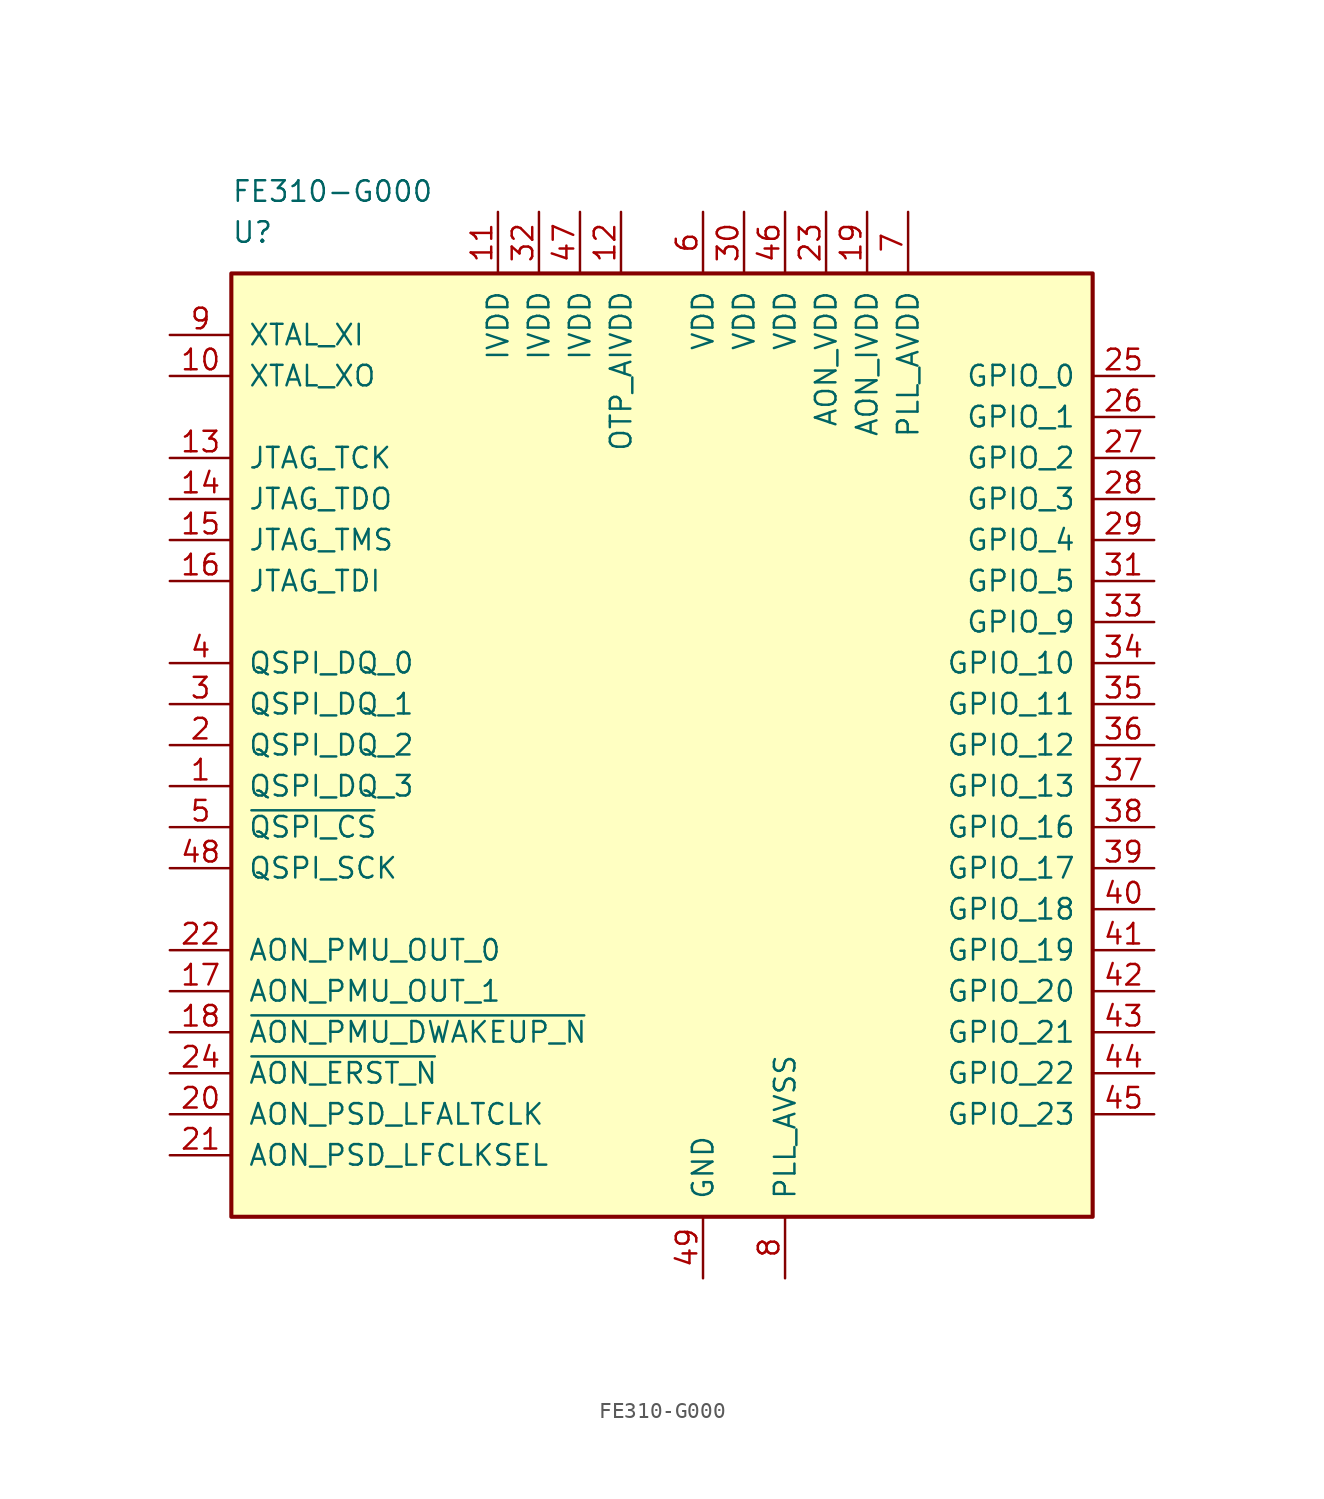
<source format=kicad_sym>
(kicad_symbol_lib
  (version 20211014)
  (generator kicad_symbol_editor)
  (symbol "FE310-G000"
    (pin_names
      (offset 1.016))
    (property "Reference" "U"
      (at -26.67 31.75 0)
      (effects (font (size 1.27 1.27)) (justify left)))
    (property "Value" "FE310-G000"
      (at -26.67 34.29 0)
      (effects (font (size 1.27 1.27)) (justify left)))
    (symbol "FE310-G000_0_1"
      (rectangle (start -26.67 29.21) (end 26.67 -29.21) (stroke (width 0.254) (type default) (color 0 0 0 0)) (fill (type background))))
    (symbol "FE310-G000_1_1"
      (pin bidirectional line (at -30.48 -2.54 0) (length 3.81) (name "QSPI_DQ_3" (effects (font (size 1.27 1.27)))) (number "1" (effects (font (size 1.27 1.27)))))
      (pin output line (at -30.48 22.86 0) (length 3.81) (name "XTAL_XO" (effects (font (size 1.27 1.27)))) (number "10" (effects (font (size 1.27 1.27)))))
      (pin power_in line (at -10.16 33.02 270) (length 3.81) (name "IVDD" (effects (font (size 1.27 1.27)))) (number "11" (effects (font (size 1.27 1.27)))))
      (pin power_in line (at -2.54 33.02 270) (length 3.81) (name "OTP_AIVDD" (effects (font (size 1.27 1.27)))) (number "12" (effects (font (size 1.27 1.27)))))
      (pin input line (at -30.48 17.78 0) (length 3.81) (name "JTAG_TCK" (effects (font (size 1.27 1.27)))) (number "13" (effects (font (size 1.27 1.27)))))
      (pin output line (at -30.48 15.24 0) (length 3.81) (name "JTAG_TDO" (effects (font (size 1.27 1.27)))) (number "14" (effects (font (size 1.27 1.27)))))
      (pin input line (at -30.48 12.7 0) (length 3.81) (name "JTAG_TMS" (effects (font (size 1.27 1.27)))) (number "15" (effects (font (size 1.27 1.27)))))
      (pin input line (at -30.48 10.16 0) (length 3.81) (name "JTAG_TDI" (effects (font (size 1.27 1.27)))) (number "16" (effects (font (size 1.27 1.27)))))
      (pin output line (at -30.48 -15.24 0) (length 3.81) (name "AON_PMU_OUT_1" (effects (font (size 1.27 1.27)))) (number "17" (effects (font (size 1.27 1.27)))))
      (pin input line (at -30.48 -17.78 0) (length 3.81) (name "~{AON_PMU_DWAKEUP_N}" (effects (font (size 1.27 1.27)))) (number "18" (effects (font (size 1.27 1.27)))))
      (pin power_in line (at 12.7 33.02 270) (length 3.81) (name "AON_IVDD" (effects (font (size 1.27 1.27)))) (number "19" (effects (font (size 1.27 1.27)))))
      (pin bidirectional line (at -30.48 0 0) (length 3.81) (name "QSPI_DQ_2" (effects (font (size 1.27 1.27)))) (number "2" (effects (font (size 1.27 1.27)))))
      (pin input line (at -30.48 -22.86 0) (length 3.81) (name "AON_PSD_LFALTCLK" (effects (font (size 1.27 1.27)))) (number "20" (effects (font (size 1.27 1.27)))))
      (pin input line (at -30.48 -25.4 0) (length 3.81) (name "AON_PSD_LFCLKSEL" (effects (font (size 1.27 1.27)))) (number "21" (effects (font (size 1.27 1.27)))))
      (pin output line (at -30.48 -12.7 0) (length 3.81) (name "AON_PMU_OUT_0" (effects (font (size 1.27 1.27)))) (number "22" (effects (font (size 1.27 1.27)))))
      (pin power_in line (at 10.16 33.02 270) (length 3.81) (name "AON_VDD" (effects (font (size 1.27 1.27)))) (number "23" (effects (font (size 1.27 1.27)))))
      (pin input line (at -30.48 -20.32 0) (length 3.81) (name "~{AON_ERST_N}" (effects (font (size 1.27 1.27)))) (number "24" (effects (font (size 1.27 1.27)))))
      (pin bidirectional line (at 30.48 22.86 180) (length 3.81) (name "GPIO_0" (effects (font (size 1.27 1.27)))) (number "25" (effects (font (size 1.27 1.27)))))
      (pin bidirectional line (at 30.48 20.32 180) (length 3.81) (name "GPIO_1" (effects (font (size 1.27 1.27)))) (number "26" (effects (font (size 1.27 1.27)))))
      (pin bidirectional line (at 30.48 17.78 180) (length 3.81) (name "GPIO_2" (effects (font (size 1.27 1.27)))) (number "27" (effects (font (size 1.27 1.27)))))
      (pin bidirectional line (at 30.48 15.24 180) (length 3.81) (name "GPIO_3" (effects (font (size 1.27 1.27)))) (number "28" (effects (font (size 1.27 1.27)))))
      (pin bidirectional line (at 30.48 12.7 180) (length 3.81) (name "GPIO_4" (effects (font (size 1.27 1.27)))) (number "29" (effects (font (size 1.27 1.27)))))
      (pin bidirectional line (at -30.48 2.54 0) (length 3.81) (name "QSPI_DQ_1" (effects (font (size 1.27 1.27)))) (number "3" (effects (font (size 1.27 1.27)))))
      (pin power_in line (at 5.08 33.02 270) (length 3.81) (name "VDD" (effects (font (size 1.27 1.27)))) (number "30" (effects (font (size 1.27 1.27)))))
      (pin bidirectional line (at 30.48 10.16 180) (length 3.81) (name "GPIO_5" (effects (font (size 1.27 1.27)))) (number "31" (effects (font (size 1.27 1.27)))))
      (pin power_in line (at -7.62 33.02 270) (length 3.81) (name "IVDD" (effects (font (size 1.27 1.27)))) (number "32" (effects (font (size 1.27 1.27)))))
      (pin bidirectional line (at 30.48 7.62 180) (length 3.81) (name "GPIO_9" (effects (font (size 1.27 1.27)))) (number "33" (effects (font (size 1.27 1.27)))))
      (pin bidirectional line (at 30.48 5.08 180) (length 3.81) (name "GPIO_10" (effects (font (size 1.27 1.27)))) (number "34" (effects (font (size 1.27 1.27)))))
      (pin bidirectional line (at 30.48 2.54 180) (length 3.81) (name "GPIO_11" (effects (font (size 1.27 1.27)))) (number "35" (effects (font (size 1.27 1.27)))))
      (pin bidirectional line (at 30.48 0 180) (length 3.81) (name "GPIO_12" (effects (font (size 1.27 1.27)))) (number "36" (effects (font (size 1.27 1.27)))))
      (pin bidirectional line (at 30.48 -2.54 180) (length 3.81) (name "GPIO_13" (effects (font (size 1.27 1.27)))) (number "37" (effects (font (size 1.27 1.27)))))
      (pin bidirectional line (at 30.48 -5.08 180) (length 3.81) (name "GPIO_16" (effects (font (size 1.27 1.27)))) (number "38" (effects (font (size 1.27 1.27)))))
      (pin bidirectional line (at 30.48 -7.62 180) (length 3.81) (name "GPIO_17" (effects (font (size 1.27 1.27)))) (number "39" (effects (font (size 1.27 1.27)))))
      (pin bidirectional line (at -30.48 5.08 0) (length 3.81) (name "QSPI_DQ_0" (effects (font (size 1.27 1.27)))) (number "4" (effects (font (size 1.27 1.27)))))
      (pin bidirectional line (at 30.48 -10.16 180) (length 3.81) (name "GPIO_18" (effects (font (size 1.27 1.27)))) (number "40" (effects (font (size 1.27 1.27)))))
      (pin bidirectional line (at 30.48 -12.7 180) (length 3.81) (name "GPIO_19" (effects (font (size 1.27 1.27)))) (number "41" (effects (font (size 1.27 1.27)))))
      (pin bidirectional line (at 30.48 -15.24 180) (length 3.81) (name "GPIO_20" (effects (font (size 1.27 1.27)))) (number "42" (effects (font (size 1.27 1.27)))))
      (pin bidirectional line (at 30.48 -17.78 180) (length 3.81) (name "GPIO_21" (effects (font (size 1.27 1.27)))) (number "43" (effects (font (size 1.27 1.27)))))
      (pin bidirectional line (at 30.48 -20.32 180) (length 3.81) (name "GPIO_22" (effects (font (size 1.27 1.27)))) (number "44" (effects (font (size 1.27 1.27)))))
      (pin bidirectional line (at 30.48 -22.86 180) (length 3.81) (name "GPIO_23" (effects (font (size 1.27 1.27)))) (number "45" (effects (font (size 1.27 1.27)))))
      (pin power_in line (at 7.62 33.02 270) (length 3.81) (name "VDD" (effects (font (size 1.27 1.27)))) (number "46" (effects (font (size 1.27 1.27)))))
      (pin power_in line (at -5.08 33.02 270) (length 3.81) (name "IVDD" (effects (font (size 1.27 1.27)))) (number "47" (effects (font (size 1.27 1.27)))))
      (pin output line (at -30.48 -7.62 0) (length 3.81) (name "QSPI_SCK" (effects (font (size 1.27 1.27)))) (number "48" (effects (font (size 1.27 1.27)))))
      (pin power_in line (at 2.54 -33.02 90) (length 3.81) (name "GND" (effects (font (size 1.27 1.27)))) (number "49" (effects (font (size 1.27 1.27)))))
      (pin output line (at -30.48 -5.08 0) (length 3.81) (name "~{QSPI_CS}" (effects (font (size 1.27 1.27)))) (number "5" (effects (font (size 1.27 1.27)))))
      (pin power_in line (at 2.54 33.02 270) (length 3.81) (name "VDD" (effects (font (size 1.27 1.27)))) (number "6" (effects (font (size 1.27 1.27)))))
      (pin power_in line (at 15.24 33.02 270) (length 3.81) (name "PLL_AVDD" (effects (font (size 1.27 1.27)))) (number "7" (effects (font (size 1.27 1.27)))))
      (pin power_in line (at 7.62 -33.02 90) (length 3.81) (name "PLL_AVSS" (effects (font (size 1.27 1.27)))) (number "8" (effects (font (size 1.27 1.27)))))
      (pin input line (at -30.48 25.4 0) (length 3.81) (name "XTAL_XI" (effects (font (size 1.27 1.27)))) (number "9" (effects (font (size 1.27 1.27))))))))
</source>
